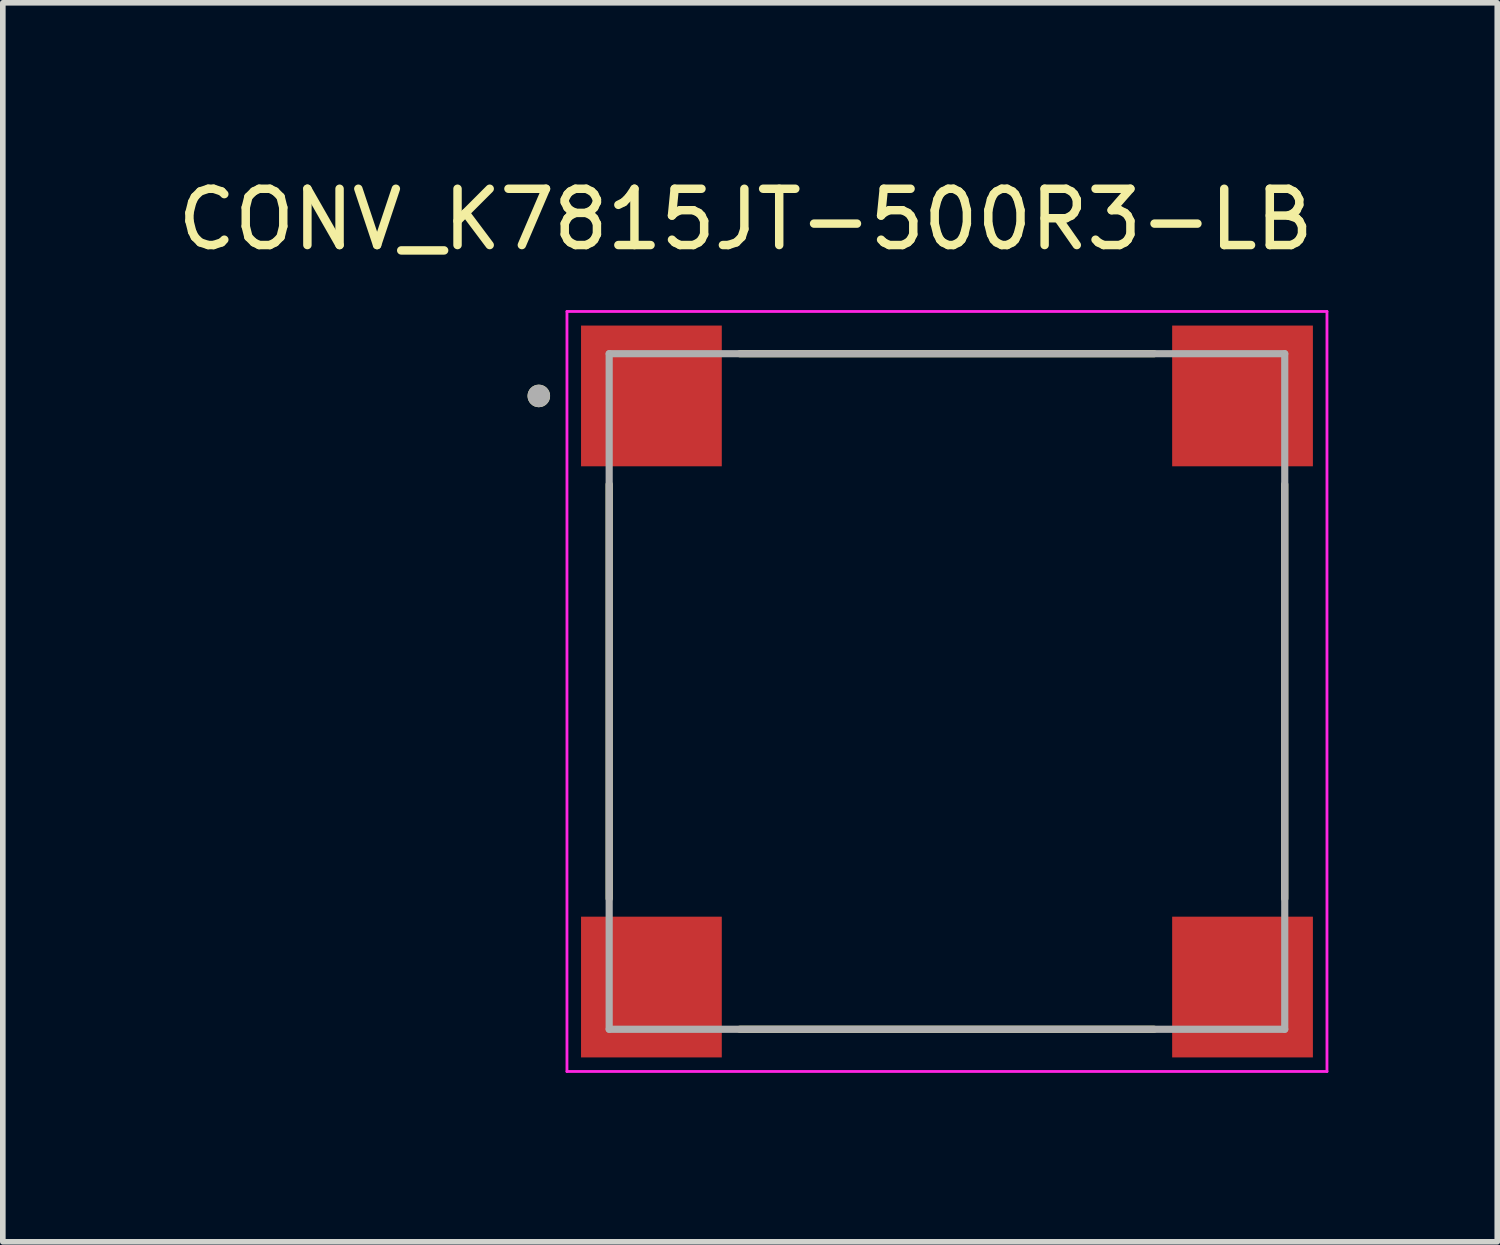
<source format=kicad_pcb>
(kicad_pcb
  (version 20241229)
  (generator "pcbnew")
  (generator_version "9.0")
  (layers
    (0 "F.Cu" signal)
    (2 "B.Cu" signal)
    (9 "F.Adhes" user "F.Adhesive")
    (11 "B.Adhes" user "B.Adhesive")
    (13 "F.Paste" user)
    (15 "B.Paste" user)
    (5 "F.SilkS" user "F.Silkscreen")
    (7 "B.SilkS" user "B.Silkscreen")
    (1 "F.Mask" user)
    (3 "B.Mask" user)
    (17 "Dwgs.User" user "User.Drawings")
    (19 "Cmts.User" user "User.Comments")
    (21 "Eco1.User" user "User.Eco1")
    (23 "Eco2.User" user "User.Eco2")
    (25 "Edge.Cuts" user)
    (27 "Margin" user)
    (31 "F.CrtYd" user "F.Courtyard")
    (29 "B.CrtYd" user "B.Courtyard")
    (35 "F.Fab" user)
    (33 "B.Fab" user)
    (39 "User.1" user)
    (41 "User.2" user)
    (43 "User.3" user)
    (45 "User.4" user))
  (footprint "CONV_K7815JT-500R3-LB"
    (layer "F.Cu")
    (at 13.771 9.233)
    (property "Reference" "CONV_K7815JT-500R3-LB" (at -3.575 -8.385 0) (layer "F.SilkS") (effects (font (size 1 1) (thickness 0.15))))
    (attr smd)
    (fp_line (start -6 -3.68) (end -6 3.68) (stroke (width 0.127) (type solid)) (layer "F.SilkS"))
    (fp_line (start -3.68 -6) (end 3.68 -6) (stroke (width 0.127) (type solid)) (layer "F.SilkS"))
    (fp_line (start -3.68 6) (end 3.68 6) (stroke (width 0.127) (type solid)) (layer "F.SilkS"))
    (fp_line (start 6 -3.68) (end 6 3.68) (stroke (width 0.127) (type solid)) (layer "F.SilkS"))
    (fp_circle (center -7.25 -5.25) (end -7.15 -5.25) (stroke (width 0.2) (type solid)) (fill no) (layer "F.SilkS"))
    (fp_line (start -6.75 -6.75) (end -6.75 6.75) (stroke (width 0.05) (type solid)) (layer "F.CrtYd"))
    (fp_line (start -6.75 6.75) (end 6.75 6.75) (stroke (width 0.05) (type solid)) (layer "F.CrtYd"))
    (fp_line (start 6.75 -6.75) (end -6.75 -6.75) (stroke (width 0.05) (type solid)) (layer "F.CrtYd"))
    (fp_line (start 6.75 6.75) (end 6.75 -6.75) (stroke (width 0.05) (type solid)) (layer "F.CrtYd"))
    (fp_line (start -6 -6) (end 6 -6) (stroke (width 0.127) (type solid)) (layer "F.Fab"))
    (fp_line (start -6 6) (end -6 -6) (stroke (width 0.127) (type solid)) (layer "F.Fab"))
    (fp_line (start 6 -6) (end 6 6) (stroke (width 0.127) (type solid)) (layer "F.Fab"))
    (fp_line (start 6 6) (end -6 6) (stroke (width 0.127) (type solid)) (layer "F.Fab"))
    (fp_circle (center -7.25 -5.25) (end -7.15 -5.25) (stroke (width 0.2) (type solid)) (fill no) (layer "F.Fab"))
    (pad "1" smd rect (at -5.25 -5.25) (size 2.5 2.5) (layers "F.Cu" "F.Mask" "F.Paste"))
    (pad "2" smd rect (at -5.25 5.25) (size 2.5 2.5) (layers "F.Cu" "F.Mask" "F.Paste"))
    (pad "3" smd rect (at 5.25 5.25) (size 2.5 2.5) (layers "F.Cu" "F.Mask" "F.Paste"))
    (pad "4" smd rect (at 5.25 -5.25) (size 2.5 2.5) (layers "F.Cu" "F.Mask" "F.Paste")))
  (gr_rect
    (start -3 -3)
    (end 23.546 19.008)
    (stroke (width 0.1) (type default))
    (fill no)
    (layer "Edge.Cuts")))
</source>
